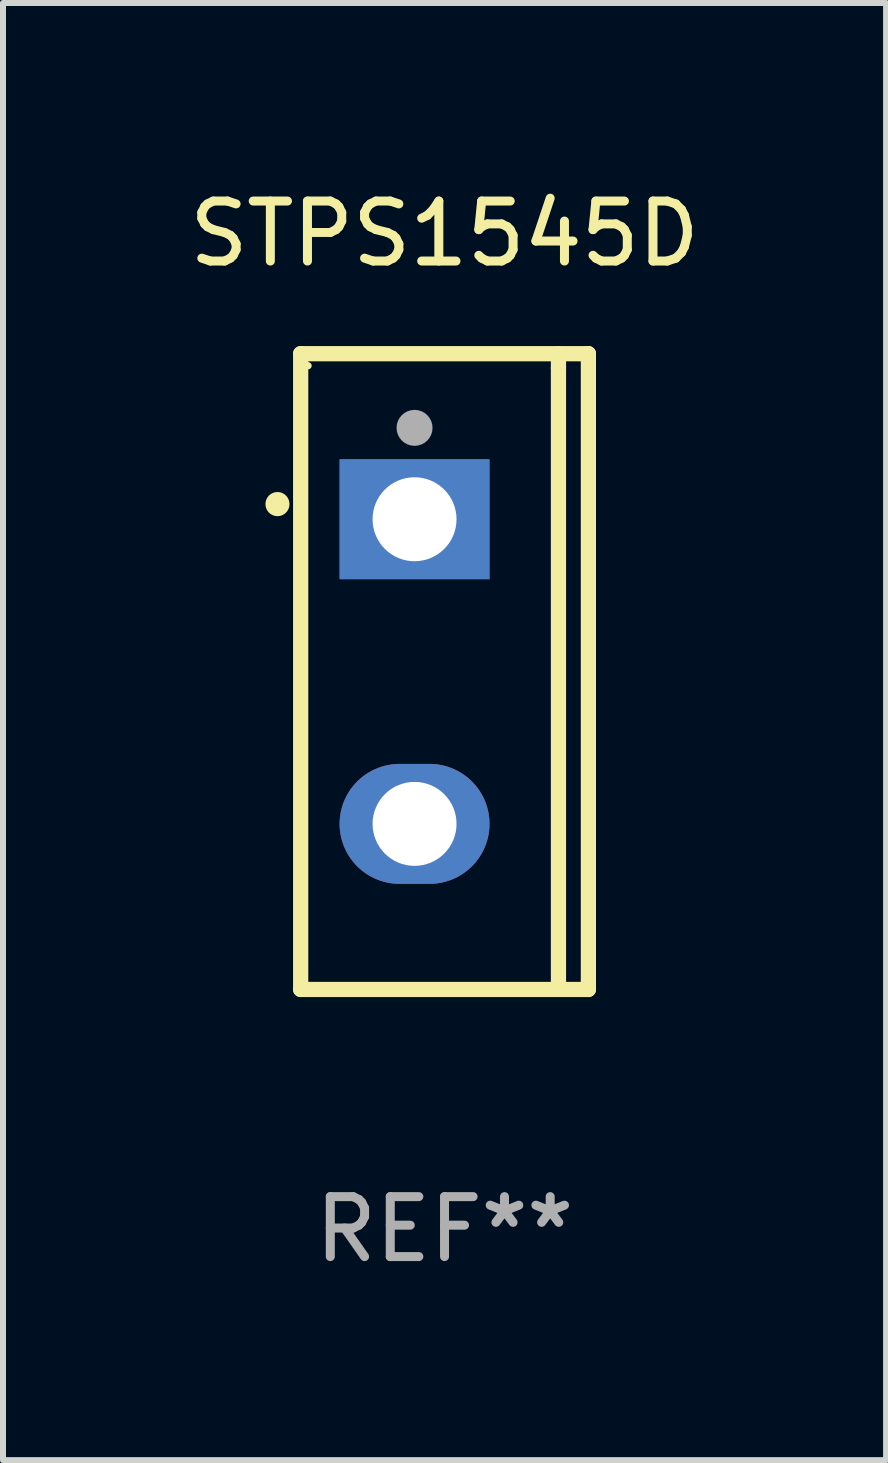
<source format=kicad_pcb>
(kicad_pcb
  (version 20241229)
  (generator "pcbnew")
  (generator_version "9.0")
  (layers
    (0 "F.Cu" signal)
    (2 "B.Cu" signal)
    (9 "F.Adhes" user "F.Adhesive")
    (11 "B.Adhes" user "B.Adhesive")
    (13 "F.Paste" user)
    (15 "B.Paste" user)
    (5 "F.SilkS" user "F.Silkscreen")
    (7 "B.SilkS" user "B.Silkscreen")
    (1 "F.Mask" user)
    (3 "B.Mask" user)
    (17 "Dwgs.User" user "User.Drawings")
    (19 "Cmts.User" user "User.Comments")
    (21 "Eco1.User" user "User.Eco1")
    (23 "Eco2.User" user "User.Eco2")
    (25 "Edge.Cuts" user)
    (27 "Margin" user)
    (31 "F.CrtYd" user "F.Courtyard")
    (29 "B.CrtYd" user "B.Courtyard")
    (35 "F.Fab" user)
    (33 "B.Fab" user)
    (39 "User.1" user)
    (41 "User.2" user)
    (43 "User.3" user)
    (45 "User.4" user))
  (footprint "STPS1545D"
    (layer "F.Cu")
    (at 4.363 8.149)
    (property "Reference" "STPS1545D" (at 0 -7.301 0) (layer "F.SilkS") (effects (font (size 1 1) (thickness 0.15))))
    (attr through_hole)
    (fp_line (start -2.399 -5.301) (end 2.394 -5.301) (stroke (width 0.254) (type solid)) (layer "F.SilkS"))
    (fp_line (start -2.399 5.301) (end -2.399 -5.301) (stroke (width 0.254) (type solid)) (layer "F.SilkS"))
    (fp_line (start 1.9 -5.061) (end 1.9 -5.3) (stroke (width 0.254) (type solid)) (layer "F.SilkS"))
    (fp_line (start 1.9 5.3) (end 1.9 -5.061) (stroke (width 0.254) (type solid)) (layer "F.SilkS"))
    (fp_line (start 2.394 -5.301) (end 2.399 -5.301) (stroke (width 0.254) (type solid)) (layer "F.SilkS"))
    (fp_line (start 2.399 -5.301) (end 2.399 5.301) (stroke (width 0.254) (type solid)) (layer "F.SilkS"))
    (fp_line (start 2.399 5.301) (end -2.399 5.301) (stroke (width 0.254) (type solid)) (layer "F.SilkS"))
    (fp_arc (start -2.786043 -2.791466) (mid -2.786047 -2.792736) (end -2.786043 -2.794006) (stroke (width 0.4) (type solid)) (layer "F.SilkS"))
    (fp_circle (center -2.275 -5.1) (end -2.245 -5.1) (stroke (width 0.06) (type solid)) (fill no) (layer "F.SilkS"))
    (fp_circle (center -0.5 -4.064) (end -0.35 -4.064) (stroke (width 0.3) (type solid)) (fill no) (layer "F.Fab"))
    (fp_text user "REF**" (at 0 9.301 0) (layer "F.Fab") (effects (font (size 1 1) (thickness 0.15))))
    (pad "1" thru_hole rect (at -0.5 -2.54 270) (size 2 2.5) (drill 1.4) (layers "*.Cu" "*.Mask"))
    (pad "3" thru_hole oval (at -0.5 2.54 270) (size 2 2.5) (drill 1.4) (layers "*.Cu" "*.Mask")))
  (gr_rect
    (start -3 -3)
    (end 11.726 21.299)
    (stroke (width 0.1) (type default))
    (fill no)
    (layer "Edge.Cuts")))
</source>
